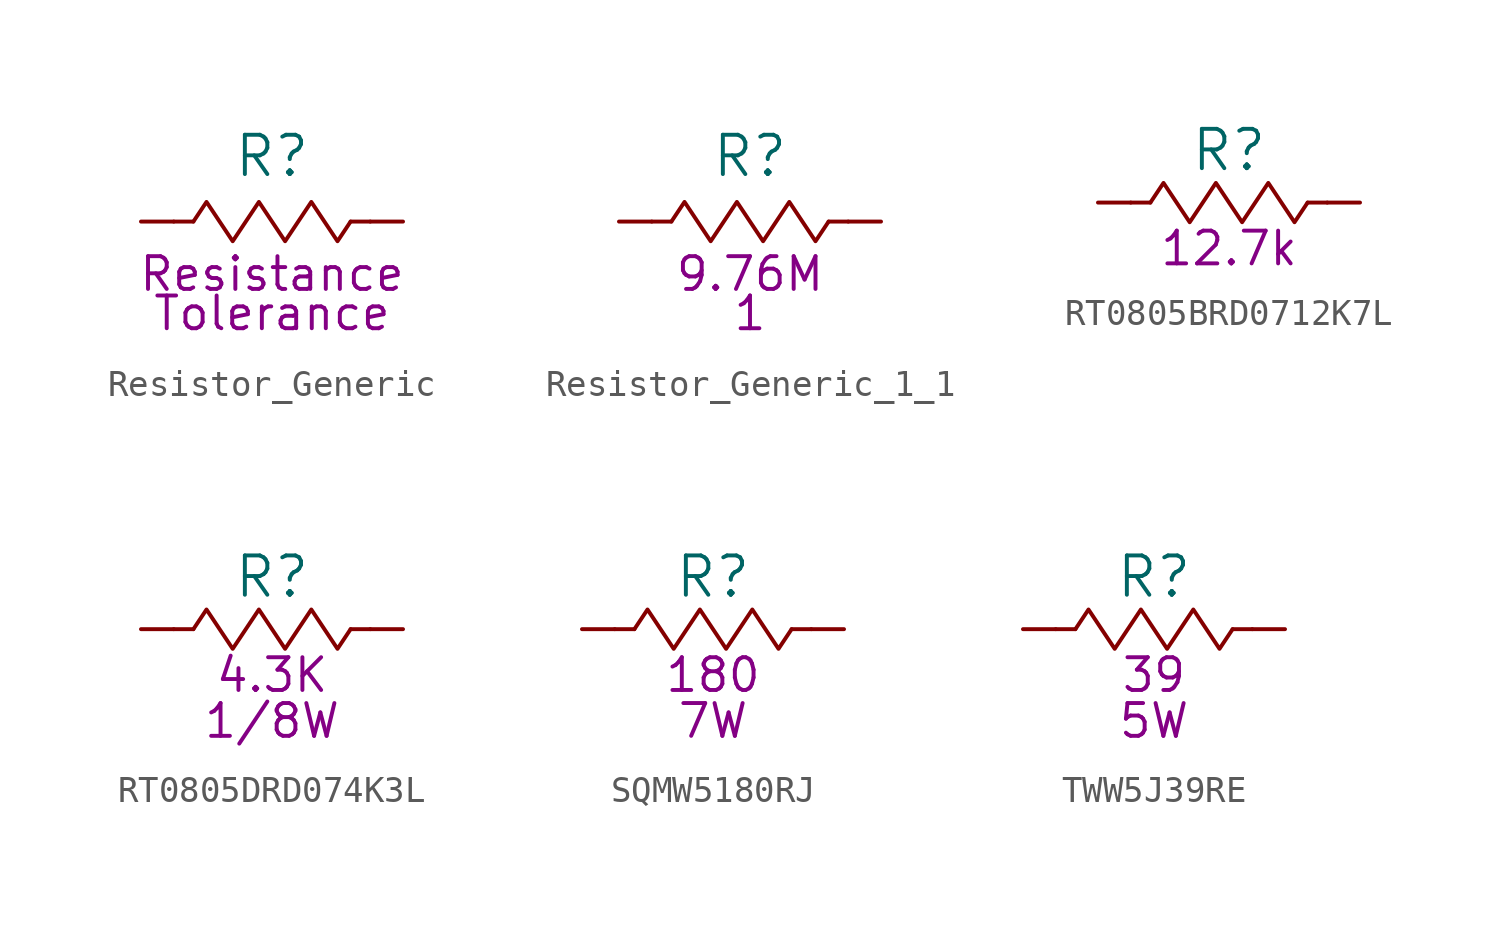
<source format=kicad_sym>
(kicad_symbol_lib
  (version 20231120)
  (generator "kicad_symbol_editor")
  (generator_version "8.0")
  (symbol "Resistor_Generic"
    (pin_numbers hide)
    (pin_names
      (offset 0) hide)
    (property "Reference" "R"
      (at 0 2.54 0)
      (effects (font (size 1.524 1.524))))
    (property "Resistance (Ohms)" "Resistance"
      (at 0 -2.032 0)
      (effects (font (size 1.27 1.27))))
    (property "Tolerance (%)" "Tolerance"
      (at 0 -3.556 0)
      (effects (font (size 1.27 1.27))))
    (symbol "Resistor_Generic_0_1"
      (rectangle (start -3.81 0) (end -3.048 0) (stroke (width 0) (type default)) (fill (type none)))
      (rectangle (start 3.81 0) (end 3.048 0) (stroke (width 0) (type default)) (fill (type none))))
    (symbol "Resistor_Generic_1_1"
      (polyline (pts (xy -3.048 0) (xy -2.54 0.762) (xy -2.032 0) (xy -1.524 -0.762) (xy -1.016 0) (xy -0.508 0.762) (xy 0 0) (xy 0.508 -0.762) (xy 1.016 0) (xy 1.524 0.762) (xy 2.032 0) (xy 2.54 -0.762) (xy 3.048 0)) (stroke (width 0) (type default)) (fill (type none)))
      (pin passive line (at -5.08 0 0) (length 1.27) (name "1" (effects (font (size 1.27 1.27)))) (number "1" (effects (font (size 1.27 1.27)))))
      (pin passive line (at 5.08 0 180) (length 1.27) (name "2" (effects (font (size 1.27 1.27)))) (number "2" (effects (font (size 1.27 1.27)))))))
  (symbol "Resistor_Generic_1_1"
    (pin_numbers hide)
    (pin_names
      (offset 0) hide)
    (property "Reference" "R"
      (at 0 2.54 0)
      (effects (font (size 1.524 1.524))))
    (property "Resistance (Ohms)" "9.76M"
      (at 0 -2.032 0)
      (effects (font (size 1.27 1.27))))
    (property "Tolerance (%)" "1"
      (at 0 -3.556 0)
      (effects (font (size 1.27 1.27))))
    (symbol "Resistor_Generic_1_1_0_1"
      (rectangle (start -3.81 0) (end -3.048 0) (stroke (width 0) (type default)) (fill (type none)))
      (rectangle (start 3.81 0) (end 3.048 0) (stroke (width 0) (type default)) (fill (type none))))
    (symbol "Resistor_Generic_1_1_1_1"
      (polyline (pts (xy -3.048 0) (xy -2.54 0.762) (xy -2.032 0) (xy -1.524 -0.762) (xy -1.016 0) (xy -0.508 0.762) (xy 0 0) (xy 0.508 -0.762) (xy 1.016 0) (xy 1.524 0.762) (xy 2.032 0) (xy 2.54 -0.762) (xy 3.048 0)) (stroke (width 0) (type default)) (fill (type none)))
      (pin passive line (at -5.08 0 0) (length 1.27) (name "1" (effects (font (size 1.27 1.27)))) (number "1" (effects (font (size 1.27 1.27)))))
      (pin passive line (at 5.08 0 180) (length 1.27) (name "2" (effects (font (size 1.27 1.27)))) (number "2" (effects (font (size 1.27 1.27)))))))
  (symbol "RT0805BRD0712K7L"
    (pin_numbers hide)
    (pin_names
      (offset 0) hide)
    (property "Reference" "R"
      (at 0 2.032 0)
      (effects (font (size 1.524 1.524))))
    (property "Resistance (Ohms)" "12.7k"
      (at 0 -1.778 0)
      (effects (font (size 1.27 1.27))))
    (symbol "RT0805BRD0712K7L_0_1"
      (rectangle (start -3.048 0) (end -3.81 0) (stroke (width 0) (type default)) (fill (type none)))
      (polyline (pts (xy -3.048 0) (xy -2.54 0.762) (xy -2.032 0) (xy -1.524 -0.762) (xy -1.016 0) (xy -0.508 0.762) (xy 0 0) (xy 0.508 -0.762) (xy 1.016 0) (xy 1.524 0.762) (xy 2.032 0) (xy 2.54 -0.762) (xy 3.048 0)) (stroke (width 0) (type default)) (fill (type none)))
      (rectangle (start 3.81 0) (end 3.048 0) (stroke (width 0) (type default)) (fill (type none))))
    (symbol "RT0805BRD0712K7L_1_1"
      (pin passive line (at -5.08 0 0) (length 1.27) (name "1" (effects (font (size 1.27 1.27)))) (number "1" (effects (font (size 1.27 1.27)))))
      (pin passive line (at 5.08 0 180) (length 1.27) (name "2" (effects (font (size 1.27 1.27)))) (number "2" (effects (font (size 1.27 1.27)))))))
  (symbol "RT0805DRD074K3L"
    (pin_numbers hide)
    (pin_names
      (offset 0) hide)
    (property "Reference" "R"
      (at 0 2.032 0)
      (effects (font (size 1.524 1.524))))
    (property "Resistance (Ohms)" "4.3K"
      (at 0 -1.778 0)
      (effects (font (size 1.27 1.27))))
    (property "Puissance (Watts)" "1/8W"
      (at 0 -3.556 0)
      (effects (font (size 1.27 1.27))))
    (symbol "RT0805DRD074K3L_0_1"
      (rectangle (start -3.048 0) (end -3.81 0) (stroke (width 0) (type default)) (fill (type none)))
      (polyline (pts (xy -3.048 0) (xy -2.54 0.762) (xy -2.032 0) (xy -1.524 -0.762) (xy -1.016 0) (xy -0.508 0.762) (xy 0 0) (xy 0.508 -0.762) (xy 1.016 0) (xy 1.524 0.762) (xy 2.032 0) (xy 2.54 -0.762) (xy 3.048 0)) (stroke (width 0) (type default)) (fill (type none)))
      (rectangle (start 3.81 0) (end 3.048 0) (stroke (width 0) (type default)) (fill (type none))))
    (symbol "RT0805DRD074K3L_1_1"
      (pin passive line (at -5.08 0 0) (length 1.27) (name "1" (effects (font (size 1.27 1.27)))) (number "1" (effects (font (size 1.27 1.27)))))
      (pin passive line (at 5.08 0 180) (length 1.27) (name "2" (effects (font (size 1.27 1.27)))) (number "2" (effects (font (size 1.27 1.27)))))))
  (symbol "SQMW5180RJ"
    (pin_numbers hide)
    (pin_names
      (offset 0) hide)
    (property "Reference" "R"
      (at 0 2.032 0)
      (effects (font (size 1.524 1.524))))
    (property "Resistance (Ohms)" "180"
      (at 0 -1.778 0)
      (effects (font (size 1.27 1.27))))
    (property "Puissance (Watts)" "7W"
      (at 0 -3.556 0)
      (effects (font (size 1.27 1.27))))
    (symbol "SQMW5180RJ_0_1"
      (rectangle (start -3.048 0) (end -3.81 0) (stroke (width 0) (type default)) (fill (type none)))
      (polyline (pts (xy -3.048 0) (xy -2.54 0.762) (xy -2.032 0) (xy -1.524 -0.762) (xy -1.016 0) (xy -0.508 0.762) (xy 0 0) (xy 0.508 -0.762) (xy 1.016 0) (xy 1.524 0.762) (xy 2.032 0) (xy 2.54 -0.762) (xy 3.048 0)) (stroke (width 0) (type default)) (fill (type none)))
      (rectangle (start 3.81 0) (end 3.048 0) (stroke (width 0) (type default)) (fill (type none))))
    (symbol "SQMW5180RJ_1_1"
      (pin passive line (at -5.08 0 0) (length 1.27) (name "1" (effects (font (size 1.27 1.27)))) (number "1" (effects (font (size 1.27 1.27)))))
      (pin passive line (at 5.08 0 180) (length 1.27) (name "2" (effects (font (size 1.27 1.27)))) (number "2" (effects (font (size 1.27 1.27)))))))
  (symbol "TWW5J39RE"
    (pin_numbers hide)
    (pin_names
      (offset 0) hide)
    (property "Reference" "R"
      (at 0 2.032 0)
      (effects (font (size 1.524 1.524))))
    (property "Resistance (Ohms)" "39"
      (at 0 -1.778 0)
      (effects (font (size 1.27 1.27))))
    (property "Puissance (Watts)" "5W"
      (at 0 -3.556 0)
      (effects (font (size 1.27 1.27))))
    (property "Sim.Params" "r=39"
      (at 0 0 0)
      (effects (font (size 1.27 1.27)) (hide yes)))
    (symbol "TWW5J39RE_0_1"
      (rectangle (start -3.048 0) (end -3.81 0) (stroke (width 0) (type default)) (fill (type none)))
      (polyline (pts (xy -3.048 0) (xy -2.54 0.762) (xy -2.032 0) (xy -1.524 -0.762) (xy -1.016 0) (xy -0.508 0.762) (xy 0 0) (xy 0.508 -0.762) (xy 1.016 0) (xy 1.524 0.762) (xy 2.032 0) (xy 2.54 -0.762) (xy 3.048 0)) (stroke (width 0) (type default)) (fill (type none)))
      (rectangle (start 3.81 0) (end 3.048 0) (stroke (width 0) (type default)) (fill (type none))))
    (symbol "TWW5J39RE_1_1"
      (pin passive line (at -5.08 0 0) (length 1.27) (name "1" (effects (font (size 1.27 1.27)))) (number "1" (effects (font (size 1.27 1.27)))))
      (pin passive line (at 5.08 0 180) (length 1.27) (name "2" (effects (font (size 1.27 1.27)))) (number "2" (effects (font (size 1.27 1.27))))))))
</source>
